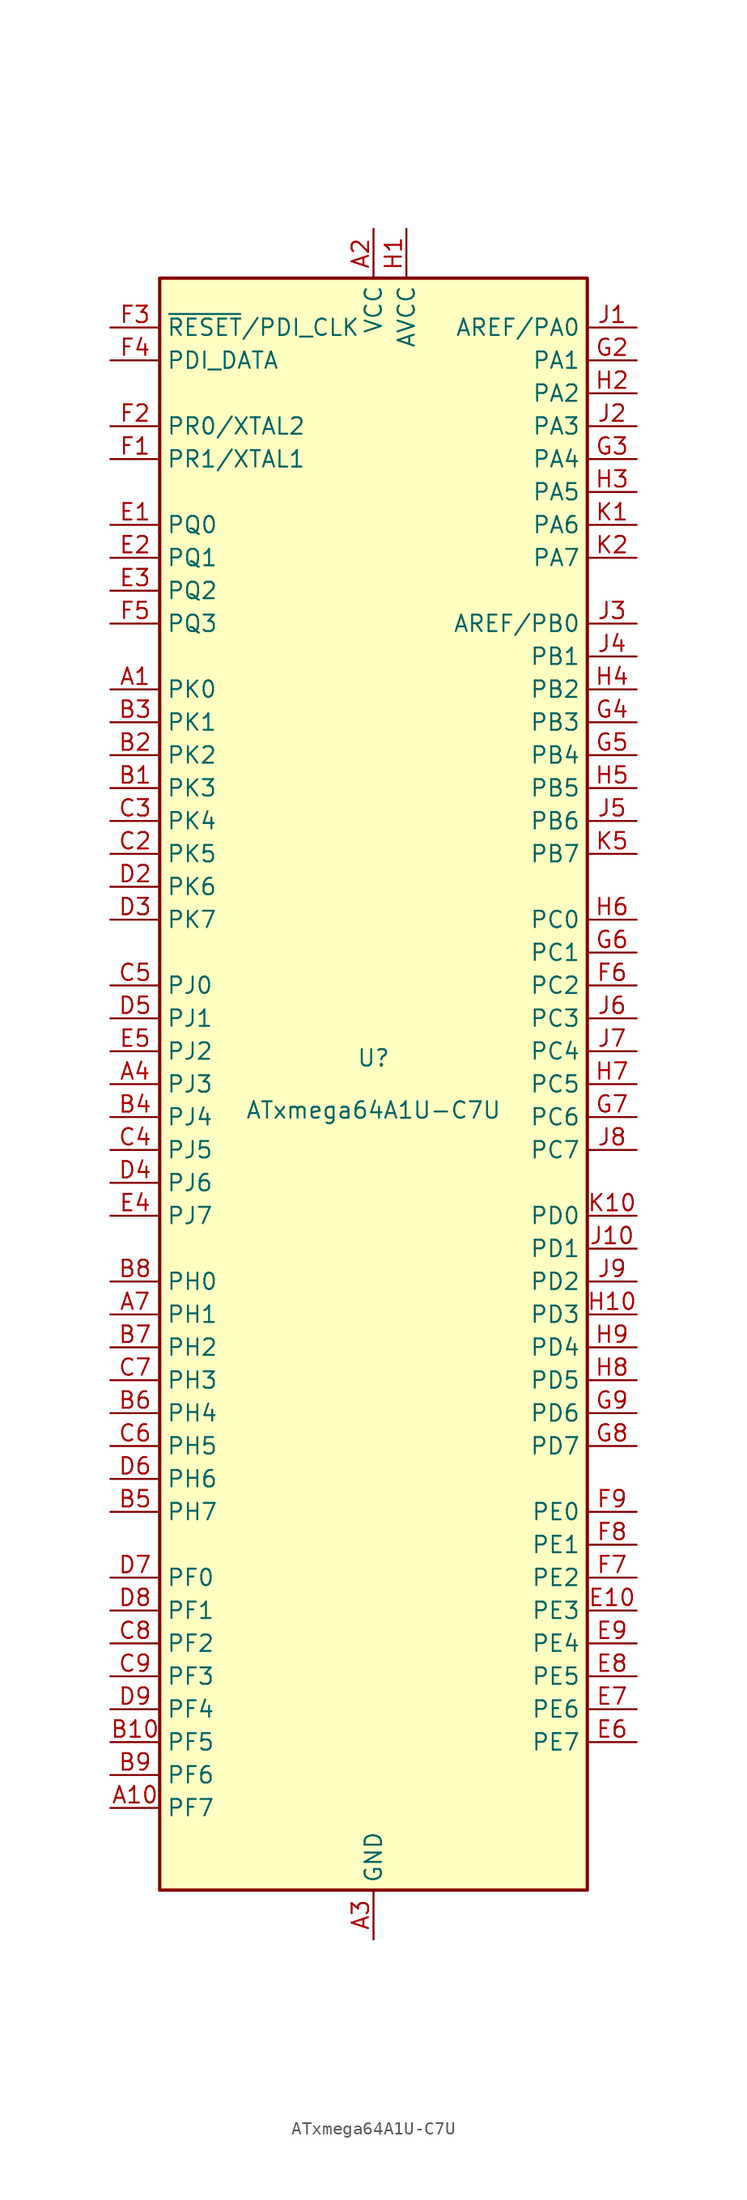
<source format=kicad_sym>
(kicad_symbol_lib
  (version 20201005)
  (generator kicad_symbol_editor)
  (symbol "ATxmega64A1U-C7U"
    (property "Reference" "U"
      (at 0 1.27 0)
      (effects (font (size 1.27 1.27)) (justify bottom)))
    (property "Value" "ATxmega64A1U-C7U"
      (at 0 -1.27 0)
      (effects (font (size 1.27 1.27)) (justify top)))
    (symbol "ATxmega64A1U-C7U_0_1"
      (rectangle (start -16.51 -62.23) (end 16.51 62.23) (stroke (width 0.254)) (fill (type background))))
    (symbol "ATxmega64A1U-C7U_1_1"
      (pin tri_state line (at -20.32 30.48 0) (length 3.81) (name "PK0" (effects (font (size 1.27 1.27)))) (number "A1" (effects (font (size 1.27 1.27)))))
      (pin tri_state line (at -20.32 -55.88 0) (length 3.81) (name "PF7" (effects (font (size 1.27 1.27)))) (number "A10" (effects (font (size 1.27 1.27)))))
      (pin power_in line (at 0 66.04 270) (length 3.81) (name "VCC" (effects (font (size 1.27 1.27)))) (number "A2" (effects (font (size 1.27 1.27)))))
      (pin power_in line (at 0 -66.04 90) (length 3.81) (name "GND" (effects (font (size 1.27 1.27)))) (number "A3" (effects (font (size 1.27 1.27)))))
      (pin tri_state line (at -20.32 0 0) (length 3.81) (name "PJ3" (effects (font (size 1.27 1.27)))) (number "A4" (effects (font (size 1.27 1.27)))))
      (pin passive line (at 0 66.04 270) (length 3.81) hide (name "VCC" (effects (font (size 1.27 1.27)))) (number "A5" (effects (font (size 1.27 1.27)))))
      (pin passive line (at 0 -66.04 90) (length 3.81) hide (name "GND" (effects (font (size 1.27 1.27)))) (number "A6" (effects (font (size 1.27 1.27)))))
      (pin tri_state line (at -20.32 -17.78 0) (length 3.81) (name "PH1" (effects (font (size 1.27 1.27)))) (number "A7" (effects (font (size 1.27 1.27)))))
      (pin passive line (at 0 -66.04 90) (length 3.81) hide (name "GND" (effects (font (size 1.27 1.27)))) (number "A8" (effects (font (size 1.27 1.27)))))
      (pin passive line (at 0 66.04 270) (length 3.81) hide (name "VCC" (effects (font (size 1.27 1.27)))) (number "A9" (effects (font (size 1.27 1.27)))))
      (pin tri_state line (at -20.32 22.86 0) (length 3.81) (name "PK3" (effects (font (size 1.27 1.27)))) (number "B1" (effects (font (size 1.27 1.27)))))
      (pin tri_state line (at -20.32 -50.8 0) (length 3.81) (name "PF5" (effects (font (size 1.27 1.27)))) (number "B10" (effects (font (size 1.27 1.27)))))
      (pin tri_state line (at -20.32 25.4 0) (length 3.81) (name "PK2" (effects (font (size 1.27 1.27)))) (number "B2" (effects (font (size 1.27 1.27)))))
      (pin tri_state line (at -20.32 27.94 0) (length 3.81) (name "PK1" (effects (font (size 1.27 1.27)))) (number "B3" (effects (font (size 1.27 1.27)))))
      (pin tri_state line (at -20.32 -2.54 0) (length 3.81) (name "PJ4" (effects (font (size 1.27 1.27)))) (number "B4" (effects (font (size 1.27 1.27)))))
      (pin tri_state line (at -20.32 -33.02 0) (length 3.81) (name "PH7" (effects (font (size 1.27 1.27)))) (number "B5" (effects (font (size 1.27 1.27)))))
      (pin tri_state line (at -20.32 -25.4 0) (length 3.81) (name "PH4" (effects (font (size 1.27 1.27)))) (number "B6" (effects (font (size 1.27 1.27)))))
      (pin tri_state line (at -20.32 -20.32 0) (length 3.81) (name "PH2" (effects (font (size 1.27 1.27)))) (number "B7" (effects (font (size 1.27 1.27)))))
      (pin tri_state line (at -20.32 -15.24 0) (length 3.81) (name "PH0" (effects (font (size 1.27 1.27)))) (number "B8" (effects (font (size 1.27 1.27)))))
      (pin tri_state line (at -20.32 -53.34 0) (length 3.81) (name "PF6" (effects (font (size 1.27 1.27)))) (number "B9" (effects (font (size 1.27 1.27)))))
      (pin passive line (at 0 66.04 270) (length 3.81) hide (name "VCC" (effects (font (size 1.27 1.27)))) (number "C1" (effects (font (size 1.27 1.27)))))
      (pin passive line (at 0 66.04 270) (length 3.81) hide (name "VCC" (effects (font (size 1.27 1.27)))) (number "C10" (effects (font (size 1.27 1.27)))))
      (pin tri_state line (at -20.32 17.78 0) (length 3.81) (name "PK5" (effects (font (size 1.27 1.27)))) (number "C2" (effects (font (size 1.27 1.27)))))
      (pin tri_state line (at -20.32 20.32 0) (length 3.81) (name "PK4" (effects (font (size 1.27 1.27)))) (number "C3" (effects (font (size 1.27 1.27)))))
      (pin tri_state line (at -20.32 -5.08 0) (length 3.81) (name "PJ5" (effects (font (size 1.27 1.27)))) (number "C4" (effects (font (size 1.27 1.27)))))
      (pin tri_state line (at -20.32 7.62 0) (length 3.81) (name "PJ0" (effects (font (size 1.27 1.27)))) (number "C5" (effects (font (size 1.27 1.27)))))
      (pin tri_state line (at -20.32 -27.94 0) (length 3.81) (name "PH5" (effects (font (size 1.27 1.27)))) (number "C6" (effects (font (size 1.27 1.27)))))
      (pin tri_state line (at -20.32 -22.86 0) (length 3.81) (name "PH3" (effects (font (size 1.27 1.27)))) (number "C7" (effects (font (size 1.27 1.27)))))
      (pin tri_state line (at -20.32 -43.18 0) (length 3.81) (name "PF2" (effects (font (size 1.27 1.27)))) (number "C8" (effects (font (size 1.27 1.27)))))
      (pin tri_state line (at -20.32 -45.72 0) (length 3.81) (name "PF3" (effects (font (size 1.27 1.27)))) (number "C9" (effects (font (size 1.27 1.27)))))
      (pin passive line (at 0 -66.04 90) (length 3.81) hide (name "GND" (effects (font (size 1.27 1.27)))) (number "D1" (effects (font (size 1.27 1.27)))))
      (pin passive line (at 0 -66.04 90) (length 3.81) hide (name "GND" (effects (font (size 1.27 1.27)))) (number "D10" (effects (font (size 1.27 1.27)))))
      (pin tri_state line (at -20.32 15.24 0) (length 3.81) (name "PK6" (effects (font (size 1.27 1.27)))) (number "D2" (effects (font (size 1.27 1.27)))))
      (pin tri_state line (at -20.32 12.7 0) (length 3.81) (name "PK7" (effects (font (size 1.27 1.27)))) (number "D3" (effects (font (size 1.27 1.27)))))
      (pin tri_state line (at -20.32 -7.62 0) (length 3.81) (name "PJ6" (effects (font (size 1.27 1.27)))) (number "D4" (effects (font (size 1.27 1.27)))))
      (pin tri_state line (at -20.32 5.08 0) (length 3.81) (name "PJ1" (effects (font (size 1.27 1.27)))) (number "D5" (effects (font (size 1.27 1.27)))))
      (pin tri_state line (at -20.32 -30.48 0) (length 3.81) (name "PH6" (effects (font (size 1.27 1.27)))) (number "D6" (effects (font (size 1.27 1.27)))))
      (pin tri_state line (at -20.32 -38.1 0) (length 3.81) (name "PF0" (effects (font (size 1.27 1.27)))) (number "D7" (effects (font (size 1.27 1.27)))))
      (pin tri_state line (at -20.32 -40.64 0) (length 3.81) (name "PF1" (effects (font (size 1.27 1.27)))) (number "D8" (effects (font (size 1.27 1.27)))))
      (pin tri_state line (at -20.32 -48.26 0) (length 3.81) (name "PF4" (effects (font (size 1.27 1.27)))) (number "D9" (effects (font (size 1.27 1.27)))))
      (pin tri_state line (at -20.32 43.18 0) (length 3.81) (name "PQ0" (effects (font (size 1.27 1.27)))) (number "E1" (effects (font (size 1.27 1.27)))))
      (pin tri_state line (at 20.32 -40.64 180) (length 3.81) (name "PE3" (effects (font (size 1.27 1.27)))) (number "E10" (effects (font (size 1.27 1.27)))))
      (pin tri_state line (at -20.32 40.64 0) (length 3.81) (name "PQ1" (effects (font (size 1.27 1.27)))) (number "E2" (effects (font (size 1.27 1.27)))))
      (pin tri_state line (at -20.32 38.1 0) (length 3.81) (name "PQ2" (effects (font (size 1.27 1.27)))) (number "E3" (effects (font (size 1.27 1.27)))))
      (pin tri_state line (at -20.32 -10.16 0) (length 3.81) (name "PJ7" (effects (font (size 1.27 1.27)))) (number "E4" (effects (font (size 1.27 1.27)))))
      (pin tri_state line (at -20.32 2.54 0) (length 3.81) (name "PJ2" (effects (font (size 1.27 1.27)))) (number "E5" (effects (font (size 1.27 1.27)))))
      (pin tri_state line (at 20.32 -50.8 180) (length 3.81) (name "PE7" (effects (font (size 1.27 1.27)))) (number "E6" (effects (font (size 1.27 1.27)))))
      (pin tri_state line (at 20.32 -48.26 180) (length 3.81) (name "PE6" (effects (font (size 1.27 1.27)))) (number "E7" (effects (font (size 1.27 1.27)))))
      (pin tri_state line (at 20.32 -45.72 180) (length 3.81) (name "PE5" (effects (font (size 1.27 1.27)))) (number "E8" (effects (font (size 1.27 1.27)))))
      (pin tri_state line (at 20.32 -43.18 180) (length 3.81) (name "PE4" (effects (font (size 1.27 1.27)))) (number "E9" (effects (font (size 1.27 1.27)))))
      (pin tri_state line (at -20.32 48.26 0) (length 3.81) (name "PR1/XTAL1" (effects (font (size 1.27 1.27)))) (number "F1" (effects (font (size 1.27 1.27)))))
      (pin passive line (at 0 66.04 270) (length 3.81) hide (name "VCC" (effects (font (size 1.27 1.27)))) (number "F10" (effects (font (size 1.27 1.27)))))
      (pin tri_state line (at -20.32 50.8 0) (length 3.81) (name "PR0/XTAL2" (effects (font (size 1.27 1.27)))) (number "F2" (effects (font (size 1.27 1.27)))))
      (pin input line (at -20.32 58.42 0) (length 3.81) (name "~RESET~/PDI_CLK" (effects (font (size 1.27 1.27)))) (number "F3" (effects (font (size 1.27 1.27)))))
      (pin bidirectional line (at -20.32 55.88 0) (length 3.81) (name "PDI_DATA" (effects (font (size 1.27 1.27)))) (number "F4" (effects (font (size 1.27 1.27)))))
      (pin tri_state line (at -20.32 35.56 0) (length 3.81) (name "PQ3" (effects (font (size 1.27 1.27)))) (number "F5" (effects (font (size 1.27 1.27)))))
      (pin tri_state line (at 20.32 7.62 180) (length 3.81) (name "PC2" (effects (font (size 1.27 1.27)))) (number "F6" (effects (font (size 1.27 1.27)))))
      (pin tri_state line (at 20.32 -38.1 180) (length 3.81) (name "PE2" (effects (font (size 1.27 1.27)))) (number "F7" (effects (font (size 1.27 1.27)))))
      (pin tri_state line (at 20.32 -35.56 180) (length 3.81) (name "PE1" (effects (font (size 1.27 1.27)))) (number "F8" (effects (font (size 1.27 1.27)))))
      (pin tri_state line (at 20.32 -33.02 180) (length 3.81) (name "PE0" (effects (font (size 1.27 1.27)))) (number "F9" (effects (font (size 1.27 1.27)))))
      (pin passive line (at 0 -66.04 90) (length 3.81) hide (name "GND" (effects (font (size 1.27 1.27)))) (number "G1" (effects (font (size 1.27 1.27)))))
      (pin passive line (at 0 -66.04 90) (length 3.81) hide (name "GND" (effects (font (size 1.27 1.27)))) (number "G10" (effects (font (size 1.27 1.27)))))
      (pin tri_state line (at 20.32 55.88 180) (length 3.81) (name "PA1" (effects (font (size 1.27 1.27)))) (number "G2" (effects (font (size 1.27 1.27)))))
      (pin tri_state line (at 20.32 48.26 180) (length 3.81) (name "PA4" (effects (font (size 1.27 1.27)))) (number "G3" (effects (font (size 1.27 1.27)))))
      (pin tri_state line (at 20.32 27.94 180) (length 3.81) (name "PB3" (effects (font (size 1.27 1.27)))) (number "G4" (effects (font (size 1.27 1.27)))))
      (pin tri_state line (at 20.32 25.4 180) (length 3.81) (name "PB4" (effects (font (size 1.27 1.27)))) (number "G5" (effects (font (size 1.27 1.27)))))
      (pin tri_state line (at 20.32 10.16 180) (length 3.81) (name "PC1" (effects (font (size 1.27 1.27)))) (number "G6" (effects (font (size 1.27 1.27)))))
      (pin tri_state line (at 20.32 -2.54 180) (length 3.81) (name "PC6" (effects (font (size 1.27 1.27)))) (number "G7" (effects (font (size 1.27 1.27)))))
      (pin tri_state line (at 20.32 -27.94 180) (length 3.81) (name "PD7" (effects (font (size 1.27 1.27)))) (number "G8" (effects (font (size 1.27 1.27)))))
      (pin tri_state line (at 20.32 -25.4 180) (length 3.81) (name "PD6" (effects (font (size 1.27 1.27)))) (number "G9" (effects (font (size 1.27 1.27)))))
      (pin power_in line (at 2.54 66.04 270) (length 3.81) (name "AVCC" (effects (font (size 1.27 1.27)))) (number "H1" (effects (font (size 1.27 1.27)))))
      (pin tri_state line (at 20.32 -17.78 180) (length 3.81) (name "PD3" (effects (font (size 1.27 1.27)))) (number "H10" (effects (font (size 1.27 1.27)))))
      (pin tri_state line (at 20.32 53.34 180) (length 3.81) (name "PA2" (effects (font (size 1.27 1.27)))) (number "H2" (effects (font (size 1.27 1.27)))))
      (pin tri_state line (at 20.32 45.72 180) (length 3.81) (name "PA5" (effects (font (size 1.27 1.27)))) (number "H3" (effects (font (size 1.27 1.27)))))
      (pin tri_state line (at 20.32 30.48 180) (length 3.81) (name "PB2" (effects (font (size 1.27 1.27)))) (number "H4" (effects (font (size 1.27 1.27)))))
      (pin tri_state line (at 20.32 22.86 180) (length 3.81) (name "PB5" (effects (font (size 1.27 1.27)))) (number "H5" (effects (font (size 1.27 1.27)))))
      (pin tri_state line (at 20.32 12.7 180) (length 3.81) (name "PC0" (effects (font (size 1.27 1.27)))) (number "H6" (effects (font (size 1.27 1.27)))))
      (pin tri_state line (at 20.32 0 180) (length 3.81) (name "PC5" (effects (font (size 1.27 1.27)))) (number "H7" (effects (font (size 1.27 1.27)))))
      (pin tri_state line (at 20.32 -22.86 180) (length 3.81) (name "PD5" (effects (font (size 1.27 1.27)))) (number "H8" (effects (font (size 1.27 1.27)))))
      (pin tri_state line (at 20.32 -20.32 180) (length 3.81) (name "PD4" (effects (font (size 1.27 1.27)))) (number "H9" (effects (font (size 1.27 1.27)))))
      (pin tri_state line (at 20.32 58.42 180) (length 3.81) (name "AREF/PA0" (effects (font (size 1.27 1.27)))) (number "J1" (effects (font (size 1.27 1.27)))))
      (pin tri_state line (at 20.32 -12.7 180) (length 3.81) (name "PD1" (effects (font (size 1.27 1.27)))) (number "J10" (effects (font (size 1.27 1.27)))))
      (pin tri_state line (at 20.32 50.8 180) (length 3.81) (name "PA3" (effects (font (size 1.27 1.27)))) (number "J2" (effects (font (size 1.27 1.27)))))
      (pin tri_state line (at 20.32 35.56 180) (length 3.81) (name "AREF/PB0" (effects (font (size 1.27 1.27)))) (number "J3" (effects (font (size 1.27 1.27)))))
      (pin tri_state line (at 20.32 33.02 180) (length 3.81) (name "PB1" (effects (font (size 1.27 1.27)))) (number "J4" (effects (font (size 1.27 1.27)))))
      (pin tri_state line (at 20.32 20.32 180) (length 3.81) (name "PB6" (effects (font (size 1.27 1.27)))) (number "J5" (effects (font (size 1.27 1.27)))))
      (pin tri_state line (at 20.32 5.08 180) (length 3.81) (name "PC3" (effects (font (size 1.27 1.27)))) (number "J6" (effects (font (size 1.27 1.27)))))
      (pin tri_state line (at 20.32 2.54 180) (length 3.81) (name "PC4" (effects (font (size 1.27 1.27)))) (number "J7" (effects (font (size 1.27 1.27)))))
      (pin tri_state line (at 20.32 -5.08 180) (length 3.81) (name "PC7" (effects (font (size 1.27 1.27)))) (number "J8" (effects (font (size 1.27 1.27)))))
      (pin tri_state line (at 20.32 -15.24 180) (length 3.81) (name "PD2" (effects (font (size 1.27 1.27)))) (number "J9" (effects (font (size 1.27 1.27)))))
      (pin tri_state line (at 20.32 43.18 180) (length 3.81) (name "PA6" (effects (font (size 1.27 1.27)))) (number "K1" (effects (font (size 1.27 1.27)))))
      (pin tri_state line (at 20.32 -10.16 180) (length 3.81) (name "PD0" (effects (font (size 1.27 1.27)))) (number "K10" (effects (font (size 1.27 1.27)))))
      (pin tri_state line (at 20.32 40.64 180) (length 3.81) (name "PA7" (effects (font (size 1.27 1.27)))) (number "K2" (effects (font (size 1.27 1.27)))))
      (pin passive line (at 0 -66.04 90) (length 3.81) hide (name "GND" (effects (font (size 1.27 1.27)))) (number "K3" (effects (font (size 1.27 1.27)))))
      (pin passive line (at 2.54 66.04 270) (length 3.81) hide (name "AVCC" (effects (font (size 1.27 1.27)))) (number "K4" (effects (font (size 1.27 1.27)))))
      (pin tri_state line (at 20.32 17.78 180) (length 3.81) (name "PB7" (effects (font (size 1.27 1.27)))) (number "K5" (effects (font (size 1.27 1.27)))))
      (pin passive line (at 0 66.04 270) (length 3.81) hide (name "VCC" (effects (font (size 1.27 1.27)))) (number "K6" (effects (font (size 1.27 1.27)))))
      (pin passive line (at 0 -66.04 90) (length 3.81) hide (name "GND" (effects (font (size 1.27 1.27)))) (number "K7" (effects (font (size 1.27 1.27)))))
      (pin passive line (at 0 66.04 270) (length 3.81) hide (name "VCC" (effects (font (size 1.27 1.27)))) (number "K8" (effects (font (size 1.27 1.27)))))
      (pin passive line (at 0 -66.04 90) (length 3.81) hide (name "GND" (effects (font (size 1.27 1.27)))) (number "K9" (effects (font (size 1.27 1.27))))))))
</source>
